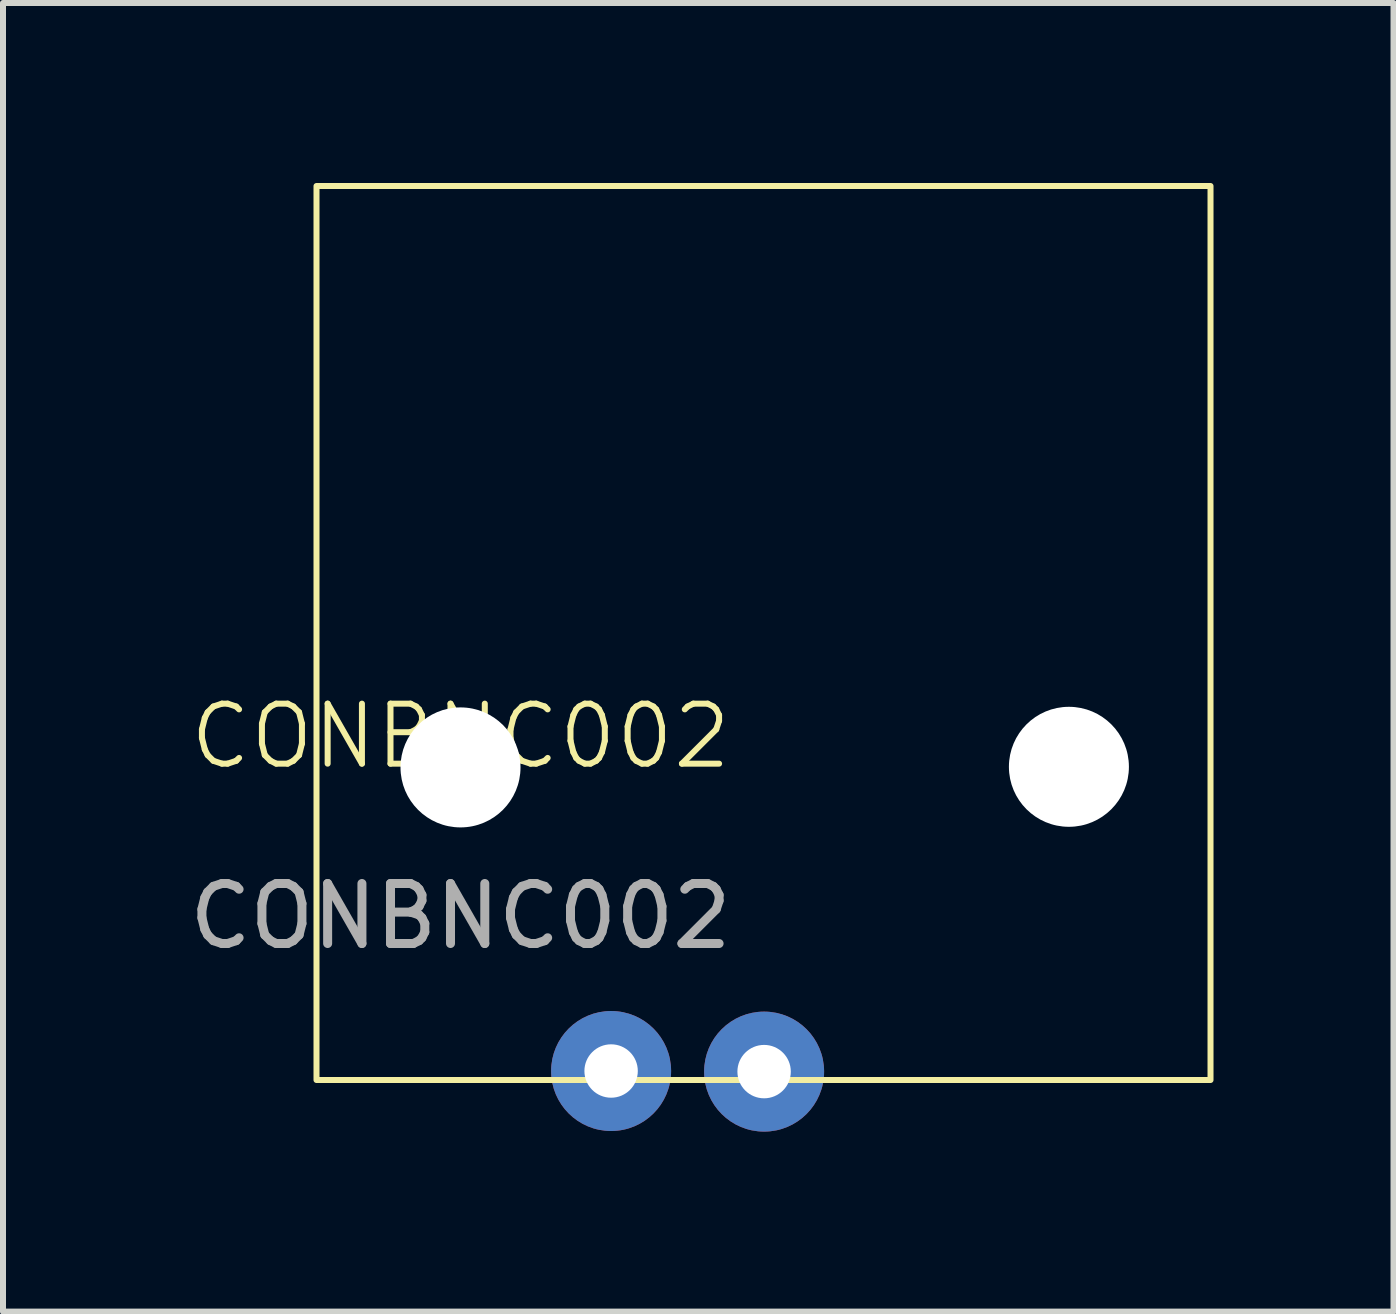
<source format=kicad_pcb>
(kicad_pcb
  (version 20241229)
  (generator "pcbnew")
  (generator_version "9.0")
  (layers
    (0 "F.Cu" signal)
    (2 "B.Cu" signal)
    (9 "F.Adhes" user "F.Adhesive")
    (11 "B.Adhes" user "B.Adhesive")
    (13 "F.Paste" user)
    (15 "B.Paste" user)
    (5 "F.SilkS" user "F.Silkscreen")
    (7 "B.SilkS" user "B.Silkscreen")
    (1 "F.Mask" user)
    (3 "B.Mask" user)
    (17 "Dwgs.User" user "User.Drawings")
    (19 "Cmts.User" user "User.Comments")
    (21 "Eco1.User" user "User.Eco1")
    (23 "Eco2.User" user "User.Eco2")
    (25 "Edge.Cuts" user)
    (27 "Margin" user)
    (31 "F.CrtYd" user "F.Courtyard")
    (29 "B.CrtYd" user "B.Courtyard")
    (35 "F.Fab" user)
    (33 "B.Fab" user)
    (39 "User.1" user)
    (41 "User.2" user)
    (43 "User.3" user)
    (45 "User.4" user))
  (footprint "CONBNC002"
    (layer "F.Cu")
    (at 4.625 9.72)
    (property "Reference" "CONBNC002" (at 0 -0.5 0) (unlocked yes) (layer "F.SilkS") (effects (font (size 1 1) (thickness 0.1))))
    (attr through_hole)
    (fp_rect (start -2.4 -9.67) (end 12.5 5.23) (stroke (width 0.1) (type default)) (fill no) (layer "F.SilkS"))
    (fp_text user "${REFERENCE}" (at 0 2.5 0) (unlocked yes) (layer "F.Fab") (effects (font (size 1 1) (thickness 0.15))))
    (pad "" np_thru_hole circle (at 0 0.02) (size 2 2) (drill 2) (layers "*.Cu" "*.Mask"))
    (pad "" np_thru_hole circle (at 10.14 0.01) (size 2 2) (drill 2) (layers "*.Cu" "*.Mask"))
    (pad "1" thru_hole circle (at 5.06 5.09) (size 2 2) (drill 0.89) (layers "*.Cu" "*.Mask"))
    (pad "2" thru_hole circle (at 2.51 5.08) (size 2 2) (drill 0.89) (layers "*.Cu" "*.Mask")))
  (gr_rect
    (start -3 -3)
    (end 20.175 18.81)
    (stroke (width 0.1) (type default))
    (fill no)
    (layer "Edge.Cuts")))
</source>
